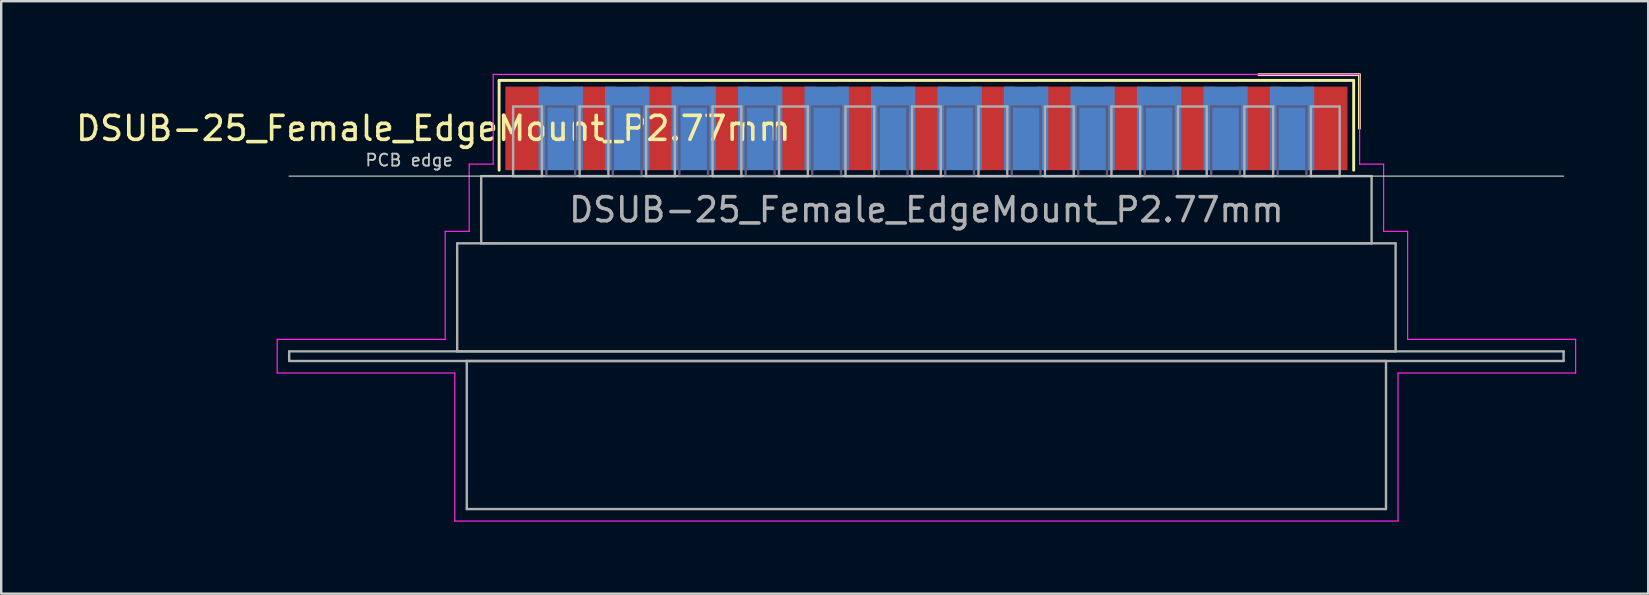
<source format=kicad_pcb>
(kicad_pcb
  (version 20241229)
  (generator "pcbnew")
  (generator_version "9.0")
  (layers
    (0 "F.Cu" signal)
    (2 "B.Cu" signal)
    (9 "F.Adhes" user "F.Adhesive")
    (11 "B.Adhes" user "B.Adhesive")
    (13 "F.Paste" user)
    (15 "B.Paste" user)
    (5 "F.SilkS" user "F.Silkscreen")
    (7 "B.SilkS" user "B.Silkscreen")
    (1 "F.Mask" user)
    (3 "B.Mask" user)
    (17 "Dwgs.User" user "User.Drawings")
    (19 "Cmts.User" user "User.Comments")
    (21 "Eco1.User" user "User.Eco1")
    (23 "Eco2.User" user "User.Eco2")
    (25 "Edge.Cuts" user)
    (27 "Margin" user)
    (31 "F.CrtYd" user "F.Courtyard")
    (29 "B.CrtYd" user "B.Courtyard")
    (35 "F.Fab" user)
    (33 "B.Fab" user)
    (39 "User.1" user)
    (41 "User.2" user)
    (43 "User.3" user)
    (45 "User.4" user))
  (footprint "DSUB-25_Female_EdgeMount_P2.77mm"
    (layer "F.Cu")
    (at 35.549 2.3)
    (property "Reference" "DSUB-25_Female_EdgeMount_P2.77mm" (at -20.543 0 0) (layer "F.SilkS") (effects (font (size 1 1) (thickness 0.15))))
    (attr smd)
    (fp_line (start -17.803 -2) (end -17.803 1.74) (stroke (width 0.12) (type solid)) (layer "F.SilkS"))
    (fp_line (start 17.803 -2) (end -17.803 -2) (stroke (width 0.12) (type solid)) (layer "F.SilkS"))
    (fp_line (start 17.803 1.74) (end 17.803 -2) (stroke (width 0.12) (type solid)) (layer "F.SilkS"))
    (fp_line (start 18.043 -2.24) (end 13.85 -2.24) (stroke (width 0.12) (type solid)) (layer "F.SilkS"))
    (fp_line (start 18.043 0) (end 18.043 -2.24) (stroke (width 0.12) (type solid)) (layer "F.SilkS"))
    (fp_line (start -26.55 1.99) (end 26.55 1.99) (stroke (width 0.05) (type solid)) (layer "Dwgs.User"))
    (fp_line (start -27.05 8.79) (end -20.05 8.79) (stroke (width 0.05) (type solid)) (layer "F.CrtYd"))
    (fp_line (start -27.05 10.19) (end -27.05 8.79) (stroke (width 0.05) (type solid)) (layer "F.CrtYd"))
    (fp_line (start -20.05 4.29) (end -19.05 4.29) (stroke (width 0.05) (type solid)) (layer "F.CrtYd"))
    (fp_line (start -20.05 8.79) (end -20.05 4.29) (stroke (width 0.05) (type solid)) (layer "F.CrtYd"))
    (fp_line (start -19.65 10.19) (end -27.05 10.19) (stroke (width 0.05) (type solid)) (layer "F.CrtYd"))
    (fp_line (start -19.65 16.36) (end -19.65 10.19) (stroke (width 0.05) (type solid)) (layer "F.CrtYd"))
    (fp_line (start -19.05 1.49) (end -18.05 1.49) (stroke (width 0.05) (type solid)) (layer "F.CrtYd"))
    (fp_line (start -19.05 4.29) (end -19.05 1.49) (stroke (width 0.05) (type solid)) (layer "F.CrtYd"))
    (fp_line (start -18.05 -2.25) (end 18.05 -2.25) (stroke (width 0.05) (type solid)) (layer "F.CrtYd"))
    (fp_line (start -18.05 1.49) (end -18.05 -2.25) (stroke (width 0.05) (type solid)) (layer "F.CrtYd"))
    (fp_line (start 18.05 -2.25) (end 18.05 1.49) (stroke (width 0.05) (type solid)) (layer "F.CrtYd"))
    (fp_line (start 18.05 1.49) (end 19.05 1.49) (stroke (width 0.05) (type solid)) (layer "F.CrtYd"))
    (fp_line (start 19.05 1.49) (end 19.05 4.29) (stroke (width 0.05) (type solid)) (layer "F.CrtYd"))
    (fp_line (start 19.05 4.29) (end 20.05 4.29) (stroke (width 0.05) (type solid)) (layer "F.CrtYd"))
    (fp_line (start 19.65 10.19) (end 19.65 16.36) (stroke (width 0.05) (type solid)) (layer "F.CrtYd"))
    (fp_line (start 19.65 16.36) (end -19.65 16.36) (stroke (width 0.05) (type solid)) (layer "F.CrtYd"))
    (fp_line (start 20.05 4.29) (end 20.05 8.79) (stroke (width 0.05) (type solid)) (layer "F.CrtYd"))
    (fp_line (start 20.05 8.79) (end 27.05 8.79) (stroke (width 0.05) (type solid)) (layer "F.CrtYd"))
    (fp_line (start 27.05 8.79) (end 27.05 10.19) (stroke (width 0.05) (type solid)) (layer "F.CrtYd"))
    (fp_line (start 27.05 10.19) (end 19.65 10.19) (stroke (width 0.05) (type solid)) (layer "F.CrtYd"))
    (fp_line (start -15.835 -0.91) (end -15.835 1.99) (stroke (width 0.1) (type solid)) (layer "B.Fab"))
    (fp_line (start -15.835 1.99) (end -14.635 1.99) (stroke (width 0.1) (type solid)) (layer "B.Fab"))
    (fp_line (start -14.635 -0.91) (end -15.835 -0.91) (stroke (width 0.1) (type solid)) (layer "B.Fab"))
    (fp_line (start -14.635 1.99) (end -14.635 -0.91) (stroke (width 0.1) (type solid)) (layer "B.Fab"))
    (fp_line (start -13.065 -0.91) (end -13.065 1.99) (stroke (width 0.1) (type solid)) (layer "B.Fab"))
    (fp_line (start -13.065 1.99) (end -11.865 1.99) (stroke (width 0.1) (type solid)) (layer "B.Fab"))
    (fp_line (start -11.865 -0.91) (end -13.065 -0.91) (stroke (width 0.1) (type solid)) (layer "B.Fab"))
    (fp_line (start -11.865 1.99) (end -11.865 -0.91) (stroke (width 0.1) (type solid)) (layer "B.Fab"))
    (fp_line (start -10.295 -0.91) (end -10.295 1.99) (stroke (width 0.1) (type solid)) (layer "B.Fab"))
    (fp_line (start -10.295 1.99) (end -9.095 1.99) (stroke (width 0.1) (type solid)) (layer "B.Fab"))
    (fp_line (start -9.095 -0.91) (end -10.295 -0.91) (stroke (width 0.1) (type solid)) (layer "B.Fab"))
    (fp_line (start -9.095 1.99) (end -9.095 -0.91) (stroke (width 0.1) (type solid)) (layer "B.Fab"))
    (fp_line (start -7.525 -0.91) (end -7.525 1.99) (stroke (width 0.1) (type solid)) (layer "B.Fab"))
    (fp_line (start -7.525 1.99) (end -6.325 1.99) (stroke (width 0.1) (type solid)) (layer "B.Fab"))
    (fp_line (start -6.325 -0.91) (end -7.525 -0.91) (stroke (width 0.1) (type solid)) (layer "B.Fab"))
    (fp_line (start -6.325 1.99) (end -6.325 -0.91) (stroke (width 0.1) (type solid)) (layer "B.Fab"))
    (fp_line (start -4.755 -0.91) (end -4.755 1.99) (stroke (width 0.1) (type solid)) (layer "B.Fab"))
    (fp_line (start -4.755 1.99) (end -3.555 1.99) (stroke (width 0.1) (type solid)) (layer "B.Fab"))
    (fp_line (start -3.555 -0.91) (end -4.755 -0.91) (stroke (width 0.1) (type solid)) (layer "B.Fab"))
    (fp_line (start -3.555 1.99) (end -3.555 -0.91) (stroke (width 0.1) (type solid)) (layer "B.Fab"))
    (fp_line (start -1.985 -0.91) (end -1.985 1.99) (stroke (width 0.1) (type solid)) (layer "B.Fab"))
    (fp_line (start -1.985 1.99) (end -0.785 1.99) (stroke (width 0.1) (type solid)) (layer "B.Fab"))
    (fp_line (start -0.785 -0.91) (end -1.985 -0.91) (stroke (width 0.1) (type solid)) (layer "B.Fab"))
    (fp_line (start -0.785 1.99) (end -0.785 -0.91) (stroke (width 0.1) (type solid)) (layer "B.Fab"))
    (fp_line (start 0.785 -0.91) (end 0.785 1.99) (stroke (width 0.1) (type solid)) (layer "B.Fab"))
    (fp_line (start 0.785 1.99) (end 1.985 1.99) (stroke (width 0.1) (type solid)) (layer "B.Fab"))
    (fp_line (start 1.985 -0.91) (end 0.785 -0.91) (stroke (width 0.1) (type solid)) (layer "B.Fab"))
    (fp_line (start 1.985 1.99) (end 1.985 -0.91) (stroke (width 0.1) (type solid)) (layer "B.Fab"))
    (fp_line (start 3.555 -0.91) (end 3.555 1.99) (stroke (width 0.1) (type solid)) (layer "B.Fab"))
    (fp_line (start 3.555 1.99) (end 4.755 1.99) (stroke (width 0.1) (type solid)) (layer "B.Fab"))
    (fp_line (start 4.755 -0.91) (end 3.555 -0.91) (stroke (width 0.1) (type solid)) (layer "B.Fab"))
    (fp_line (start 4.755 1.99) (end 4.755 -0.91) (stroke (width 0.1) (type solid)) (layer "B.Fab"))
    (fp_line (start 6.325 -0.91) (end 6.325 1.99) (stroke (width 0.1) (type solid)) (layer "B.Fab"))
    (fp_line (start 6.325 1.99) (end 7.525 1.99) (stroke (width 0.1) (type solid)) (layer "B.Fab"))
    (fp_line (start 7.525 -0.91) (end 6.325 -0.91) (stroke (width 0.1) (type solid)) (layer "B.Fab"))
    (fp_line (start 7.525 1.99) (end 7.525 -0.91) (stroke (width 0.1) (type solid)) (layer "B.Fab"))
    (fp_line (start 9.095 -0.91) (end 9.095 1.99) (stroke (width 0.1) (type solid)) (layer "B.Fab"))
    (fp_line (start 9.095 1.99) (end 10.295 1.99) (stroke (width 0.1) (type solid)) (layer "B.Fab"))
    (fp_line (start 10.295 -0.91) (end 9.095 -0.91) (stroke (width 0.1) (type solid)) (layer "B.Fab"))
    (fp_line (start 10.295 1.99) (end 10.295 -0.91) (stroke (width 0.1) (type solid)) (layer "B.Fab"))
    (fp_line (start 11.865 -0.91) (end 11.865 1.99) (stroke (width 0.1) (type solid)) (layer "B.Fab"))
    (fp_line (start 11.865 1.99) (end 13.065 1.99) (stroke (width 0.1) (type solid)) (layer "B.Fab"))
    (fp_line (start 13.065 -0.91) (end 11.865 -0.91) (stroke (width 0.1) (type solid)) (layer "B.Fab"))
    (fp_line (start 13.065 1.99) (end 13.065 -0.91) (stroke (width 0.1) (type solid)) (layer "B.Fab"))
    (fp_line (start 14.635 -0.91) (end 14.635 1.99) (stroke (width 0.1) (type solid)) (layer "B.Fab"))
    (fp_line (start 14.635 1.99) (end 15.835 1.99) (stroke (width 0.1) (type solid)) (layer "B.Fab"))
    (fp_line (start 15.835 -0.91) (end 14.635 -0.91) (stroke (width 0.1) (type solid)) (layer "B.Fab"))
    (fp_line (start 15.835 1.99) (end 15.835 -0.91) (stroke (width 0.1) (type solid)) (layer "B.Fab"))
    (fp_line (start -26.55 9.29) (end -26.55 9.69) (stroke (width 0.1) (type solid)) (layer "F.Fab"))
    (fp_line (start -26.55 9.69) (end 26.55 9.69) (stroke (width 0.1) (type solid)) (layer "F.Fab"))
    (fp_line (start -19.55 4.79) (end -19.55 9.29) (stroke (width 0.1) (type solid)) (layer "F.Fab"))
    (fp_line (start -19.55 9.29) (end 19.55 9.29) (stroke (width 0.1) (type solid)) (layer "F.Fab"))
    (fp_line (start -19.15 9.69) (end -19.15 15.86) (stroke (width 0.1) (type solid)) (layer "F.Fab"))
    (fp_line (start -19.15 15.86) (end 19.15 15.86) (stroke (width 0.1) (type solid)) (layer "F.Fab"))
    (fp_line (start -18.55 1.99) (end -18.55 4.79) (stroke (width 0.1) (type solid)) (layer "F.Fab"))
    (fp_line (start -18.55 4.79) (end 18.55 4.79) (stroke (width 0.1) (type solid)) (layer "F.Fab"))
    (fp_line (start -17.22 -0.91) (end -17.22 1.99) (stroke (width 0.1) (type solid)) (layer "F.Fab"))
    (fp_line (start -17.22 1.99) (end -16.02 1.99) (stroke (width 0.1) (type solid)) (layer "F.Fab"))
    (fp_line (start -16.02 -0.91) (end -17.22 -0.91) (stroke (width 0.1) (type solid)) (layer "F.Fab"))
    (fp_line (start -16.02 1.99) (end -16.02 -0.91) (stroke (width 0.1) (type solid)) (layer "F.Fab"))
    (fp_line (start -14.45 -0.91) (end -14.45 1.99) (stroke (width 0.1) (type solid)) (layer "F.Fab"))
    (fp_line (start -14.45 1.99) (end -13.25 1.99) (stroke (width 0.1) (type solid)) (layer "F.Fab"))
    (fp_line (start -13.25 -0.91) (end -14.45 -0.91) (stroke (width 0.1) (type solid)) (layer "F.Fab"))
    (fp_line (start -13.25 1.99) (end -13.25 -0.91) (stroke (width 0.1) (type solid)) (layer "F.Fab"))
    (fp_line (start -11.68 -0.91) (end -11.68 1.99) (stroke (width 0.1) (type solid)) (layer "F.Fab"))
    (fp_line (start -11.68 1.99) (end -10.48 1.99) (stroke (width 0.1) (type solid)) (layer "F.Fab"))
    (fp_line (start -10.48 -0.91) (end -11.68 -0.91) (stroke (width 0.1) (type solid)) (layer "F.Fab"))
    (fp_line (start -10.48 1.99) (end -10.48 -0.91) (stroke (width 0.1) (type solid)) (layer "F.Fab"))
    (fp_line (start -8.91 -0.91) (end -8.91 1.99) (stroke (width 0.1) (type solid)) (layer "F.Fab"))
    (fp_line (start -8.91 1.99) (end -7.71 1.99) (stroke (width 0.1) (type solid)) (layer "F.Fab"))
    (fp_line (start -7.71 -0.91) (end -8.91 -0.91) (stroke (width 0.1) (type solid)) (layer "F.Fab"))
    (fp_line (start -7.71 1.99) (end -7.71 -0.91) (stroke (width 0.1) (type solid)) (layer "F.Fab"))
    (fp_line (start -6.14 -0.91) (end -6.14 1.99) (stroke (width 0.1) (type solid)) (layer "F.Fab"))
    (fp_line (start -6.14 1.99) (end -4.94 1.99) (stroke (width 0.1) (type solid)) (layer "F.Fab"))
    (fp_line (start -4.94 -0.91) (end -6.14 -0.91) (stroke (width 0.1) (type solid)) (layer "F.Fab"))
    (fp_line (start -4.94 1.99) (end -4.94 -0.91) (stroke (width 0.1) (type solid)) (layer "F.Fab"))
    (fp_line (start -3.37 -0.91) (end -3.37 1.99) (stroke (width 0.1) (type solid)) (layer "F.Fab"))
    (fp_line (start -3.37 1.99) (end -2.17 1.99) (stroke (width 0.1) (type solid)) (layer "F.Fab"))
    (fp_line (start -2.17 -0.91) (end -3.37 -0.91) (stroke (width 0.1) (type solid)) (layer "F.Fab"))
    (fp_line (start -2.17 1.99) (end -2.17 -0.91) (stroke (width 0.1) (type solid)) (layer "F.Fab"))
    (fp_line (start -0.6 -0.91) (end -0.6 1.99) (stroke (width 0.1) (type solid)) (layer "F.Fab"))
    (fp_line (start -0.6 1.99) (end 0.6 1.99) (stroke (width 0.1) (type solid)) (layer "F.Fab"))
    (fp_line (start 0.6 -0.91) (end -0.6 -0.91) (stroke (width 0.1) (type solid)) (layer "F.Fab"))
    (fp_line (start 0.6 1.99) (end 0.6 -0.91) (stroke (width 0.1) (type solid)) (layer "F.Fab"))
    (fp_line (start 2.17 -0.91) (end 2.17 1.99) (stroke (width 0.1) (type solid)) (layer "F.Fab"))
    (fp_line (start 2.17 1.99) (end 3.37 1.99) (stroke (width 0.1) (type solid)) (layer "F.Fab"))
    (fp_line (start 3.37 -0.91) (end 2.17 -0.91) (stroke (width 0.1) (type solid)) (layer "F.Fab"))
    (fp_line (start 3.37 1.99) (end 3.37 -0.91) (stroke (width 0.1) (type solid)) (layer "F.Fab"))
    (fp_line (start 4.94 -0.91) (end 4.94 1.99) (stroke (width 0.1) (type solid)) (layer "F.Fab"))
    (fp_line (start 4.94 1.99) (end 6.14 1.99) (stroke (width 0.1) (type solid)) (layer "F.Fab"))
    (fp_line (start 6.14 -0.91) (end 4.94 -0.91) (stroke (width 0.1) (type solid)) (layer "F.Fab"))
    (fp_line (start 6.14 1.99) (end 6.14 -0.91) (stroke (width 0.1) (type solid)) (layer "F.Fab"))
    (fp_line (start 7.71 -0.91) (end 7.71 1.99) (stroke (width 0.1) (type solid)) (layer "F.Fab"))
    (fp_line (start 7.71 1.99) (end 8.91 1.99) (stroke (width 0.1) (type solid)) (layer "F.Fab"))
    (fp_line (start 8.91 -0.91) (end 7.71 -0.91) (stroke (width 0.1) (type solid)) (layer "F.Fab"))
    (fp_line (start 8.91 1.99) (end 8.91 -0.91) (stroke (width 0.1) (type solid)) (layer "F.Fab"))
    (fp_line (start 10.48 -0.91) (end 10.48 1.99) (stroke (width 0.1) (type solid)) (layer "F.Fab"))
    (fp_line (start 10.48 1.99) (end 11.68 1.99) (stroke (width 0.1) (type solid)) (layer "F.Fab"))
    (fp_line (start 11.68 -0.91) (end 10.48 -0.91) (stroke (width 0.1) (type solid)) (layer "F.Fab"))
    (fp_line (start 11.68 1.99) (end 11.68 -0.91) (stroke (width 0.1) (type solid)) (layer "F.Fab"))
    (fp_line (start 13.25 -0.91) (end 13.25 1.99) (stroke (width 0.1) (type solid)) (layer "F.Fab"))
    (fp_line (start 13.25 1.99) (end 14.45 1.99) (stroke (width 0.1) (type solid)) (layer "F.Fab"))
    (fp_line (start 14.45 -0.91) (end 13.25 -0.91) (stroke (width 0.1) (type solid)) (layer "F.Fab"))
    (fp_line (start 14.45 1.99) (end 14.45 -0.91) (stroke (width 0.1) (type solid)) (layer "F.Fab"))
    (fp_line (start 16.02 -0.91) (end 16.02 1.99) (stroke (width 0.1) (type solid)) (layer "F.Fab"))
    (fp_line (start 16.02 1.99) (end 17.22 1.99) (stroke (width 0.1) (type solid)) (layer "F.Fab"))
    (fp_line (start 17.22 -0.91) (end 16.02 -0.91) (stroke (width 0.1) (type solid)) (layer "F.Fab"))
    (fp_line (start 17.22 1.99) (end 17.22 -0.91) (stroke (width 0.1) (type solid)) (layer "F.Fab"))
    (fp_line (start 18.55 1.99) (end -18.55 1.99) (stroke (width 0.1) (type solid)) (layer "F.Fab"))
    (fp_line (start 18.55 4.79) (end 18.55 1.99) (stroke (width 0.1) (type solid)) (layer "F.Fab"))
    (fp_line (start 19.15 9.69) (end -19.15 9.69) (stroke (width 0.1) (type solid)) (layer "F.Fab"))
    (fp_line (start 19.15 15.86) (end 19.15 9.69) (stroke (width 0.1) (type solid)) (layer "F.Fab"))
    (fp_line (start 19.55 4.79) (end -19.55 4.79) (stroke (width 0.1) (type solid)) (layer "F.Fab"))
    (fp_line (start 19.55 9.29) (end 19.55 4.79) (stroke (width 0.1) (type solid)) (layer "F.Fab"))
    (fp_line (start 26.55 9.29) (end -26.55 9.29) (stroke (width 0.1) (type solid)) (layer "F.Fab"))
    (fp_line (start 26.55 9.69) (end 26.55 9.29) (stroke (width 0.1) (type solid)) (layer "F.Fab"))
    (fp_text user "PCB edge" (at -21.55 1.323 0) (layer "Dwgs.User") (effects (font (size 0.5 0.5) (thickness 0.075))))
    (fp_text user "${REFERENCE}" (at 0 3.39 0) (layer "F.Fab") (effects (font (size 1 1) (thickness 0.15))))
    (pad "1" smd rect (at 16.62 0) (size 1.847 3.48) (layers "F.Cu" "F.Mask" "F.Paste"))
    (pad "2" smd rect (at 13.85 0) (size 1.847 3.48) (layers "F.Cu" "F.Mask" "F.Paste"))
    (pad "3" smd rect (at 11.08 0) (size 1.847 3.48) (layers "F.Cu" "F.Mask" "F.Paste"))
    (pad "4" smd rect (at 8.31 0) (size 1.847 3.48) (layers "F.Cu" "F.Mask" "F.Paste"))
    (pad "5" smd rect (at 5.54 0) (size 1.847 3.48) (layers "F.Cu" "F.Mask" "F.Paste"))
    (pad "6" smd rect (at 2.77 0) (size 1.847 3.48) (layers "F.Cu" "F.Mask" "F.Paste"))
    (pad "7" smd rect (at 0 0) (size 1.847 3.48) (layers "F.Cu" "F.Mask" "F.Paste"))
    (pad "8" smd rect (at -2.77 0) (size 1.847 3.48) (layers "F.Cu" "F.Mask" "F.Paste"))
    (pad "9" smd rect (at -5.54 0) (size 1.847 3.48) (layers "F.Cu" "F.Mask" "F.Paste"))
    (pad "10" smd rect (at -8.31 0) (size 1.847 3.48) (layers "F.Cu" "F.Mask" "F.Paste"))
    (pad "11" smd rect (at -11.08 0) (size 1.847 3.48) (layers "F.Cu" "F.Mask" "F.Paste"))
    (pad "12" smd rect (at -13.85 0) (size 1.847 3.48) (layers "F.Cu" "F.Mask" "F.Paste"))
    (pad "13" smd rect (at -16.62 0) (size 1.847 3.48) (layers "F.Cu" "F.Mask" "F.Paste"))
    (pad "14" smd rect (at 15.235 0) (size 1.847 3.48) (layers "B.Cu" "B.Mask" "B.Paste"))
    (pad "15" smd rect (at 12.465 0) (size 1.847 3.48) (layers "B.Cu" "B.Mask" "B.Paste"))
    (pad "16" smd rect (at 9.695 0) (size 1.847 3.48) (layers "B.Cu" "B.Mask" "B.Paste"))
    (pad "17" smd rect (at 6.925 0) (size 1.847 3.48) (layers "B.Cu" "B.Mask" "B.Paste"))
    (pad "18" smd rect (at 4.155 0) (size 1.847 3.48) (layers "B.Cu" "B.Mask" "B.Paste"))
    (pad "19" smd rect (at 1.385 0) (size 1.847 3.48) (layers "B.Cu" "B.Mask" "B.Paste"))
    (pad "20" smd rect (at -1.385 0) (size 1.847 3.48) (layers "B.Cu" "B.Mask" "B.Paste"))
    (pad "21" smd rect (at -4.155 0) (size 1.847 3.48) (layers "B.Cu" "B.Mask" "B.Paste"))
    (pad "22" smd rect (at -6.925 0) (size 1.847 3.48) (layers "B.Cu" "B.Mask" "B.Paste"))
    (pad "23" smd rect (at -9.695 0) (size 1.847 3.48) (layers "B.Cu" "B.Mask" "B.Paste"))
    (pad "24" smd rect (at -12.465 0) (size 1.847 3.48) (layers "B.Cu" "B.Mask" "B.Paste"))
    (pad "25" smd rect (at -15.235 0) (size 1.847 3.48) (layers "B.Cu" "B.Mask" "B.Paste")))
  (gr_rect
    (start -3 -3)
    (end 65.624 21.685)
    (stroke (width 0.1) (type default))
    (fill no)
    (layer "Edge.Cuts")))
</source>
